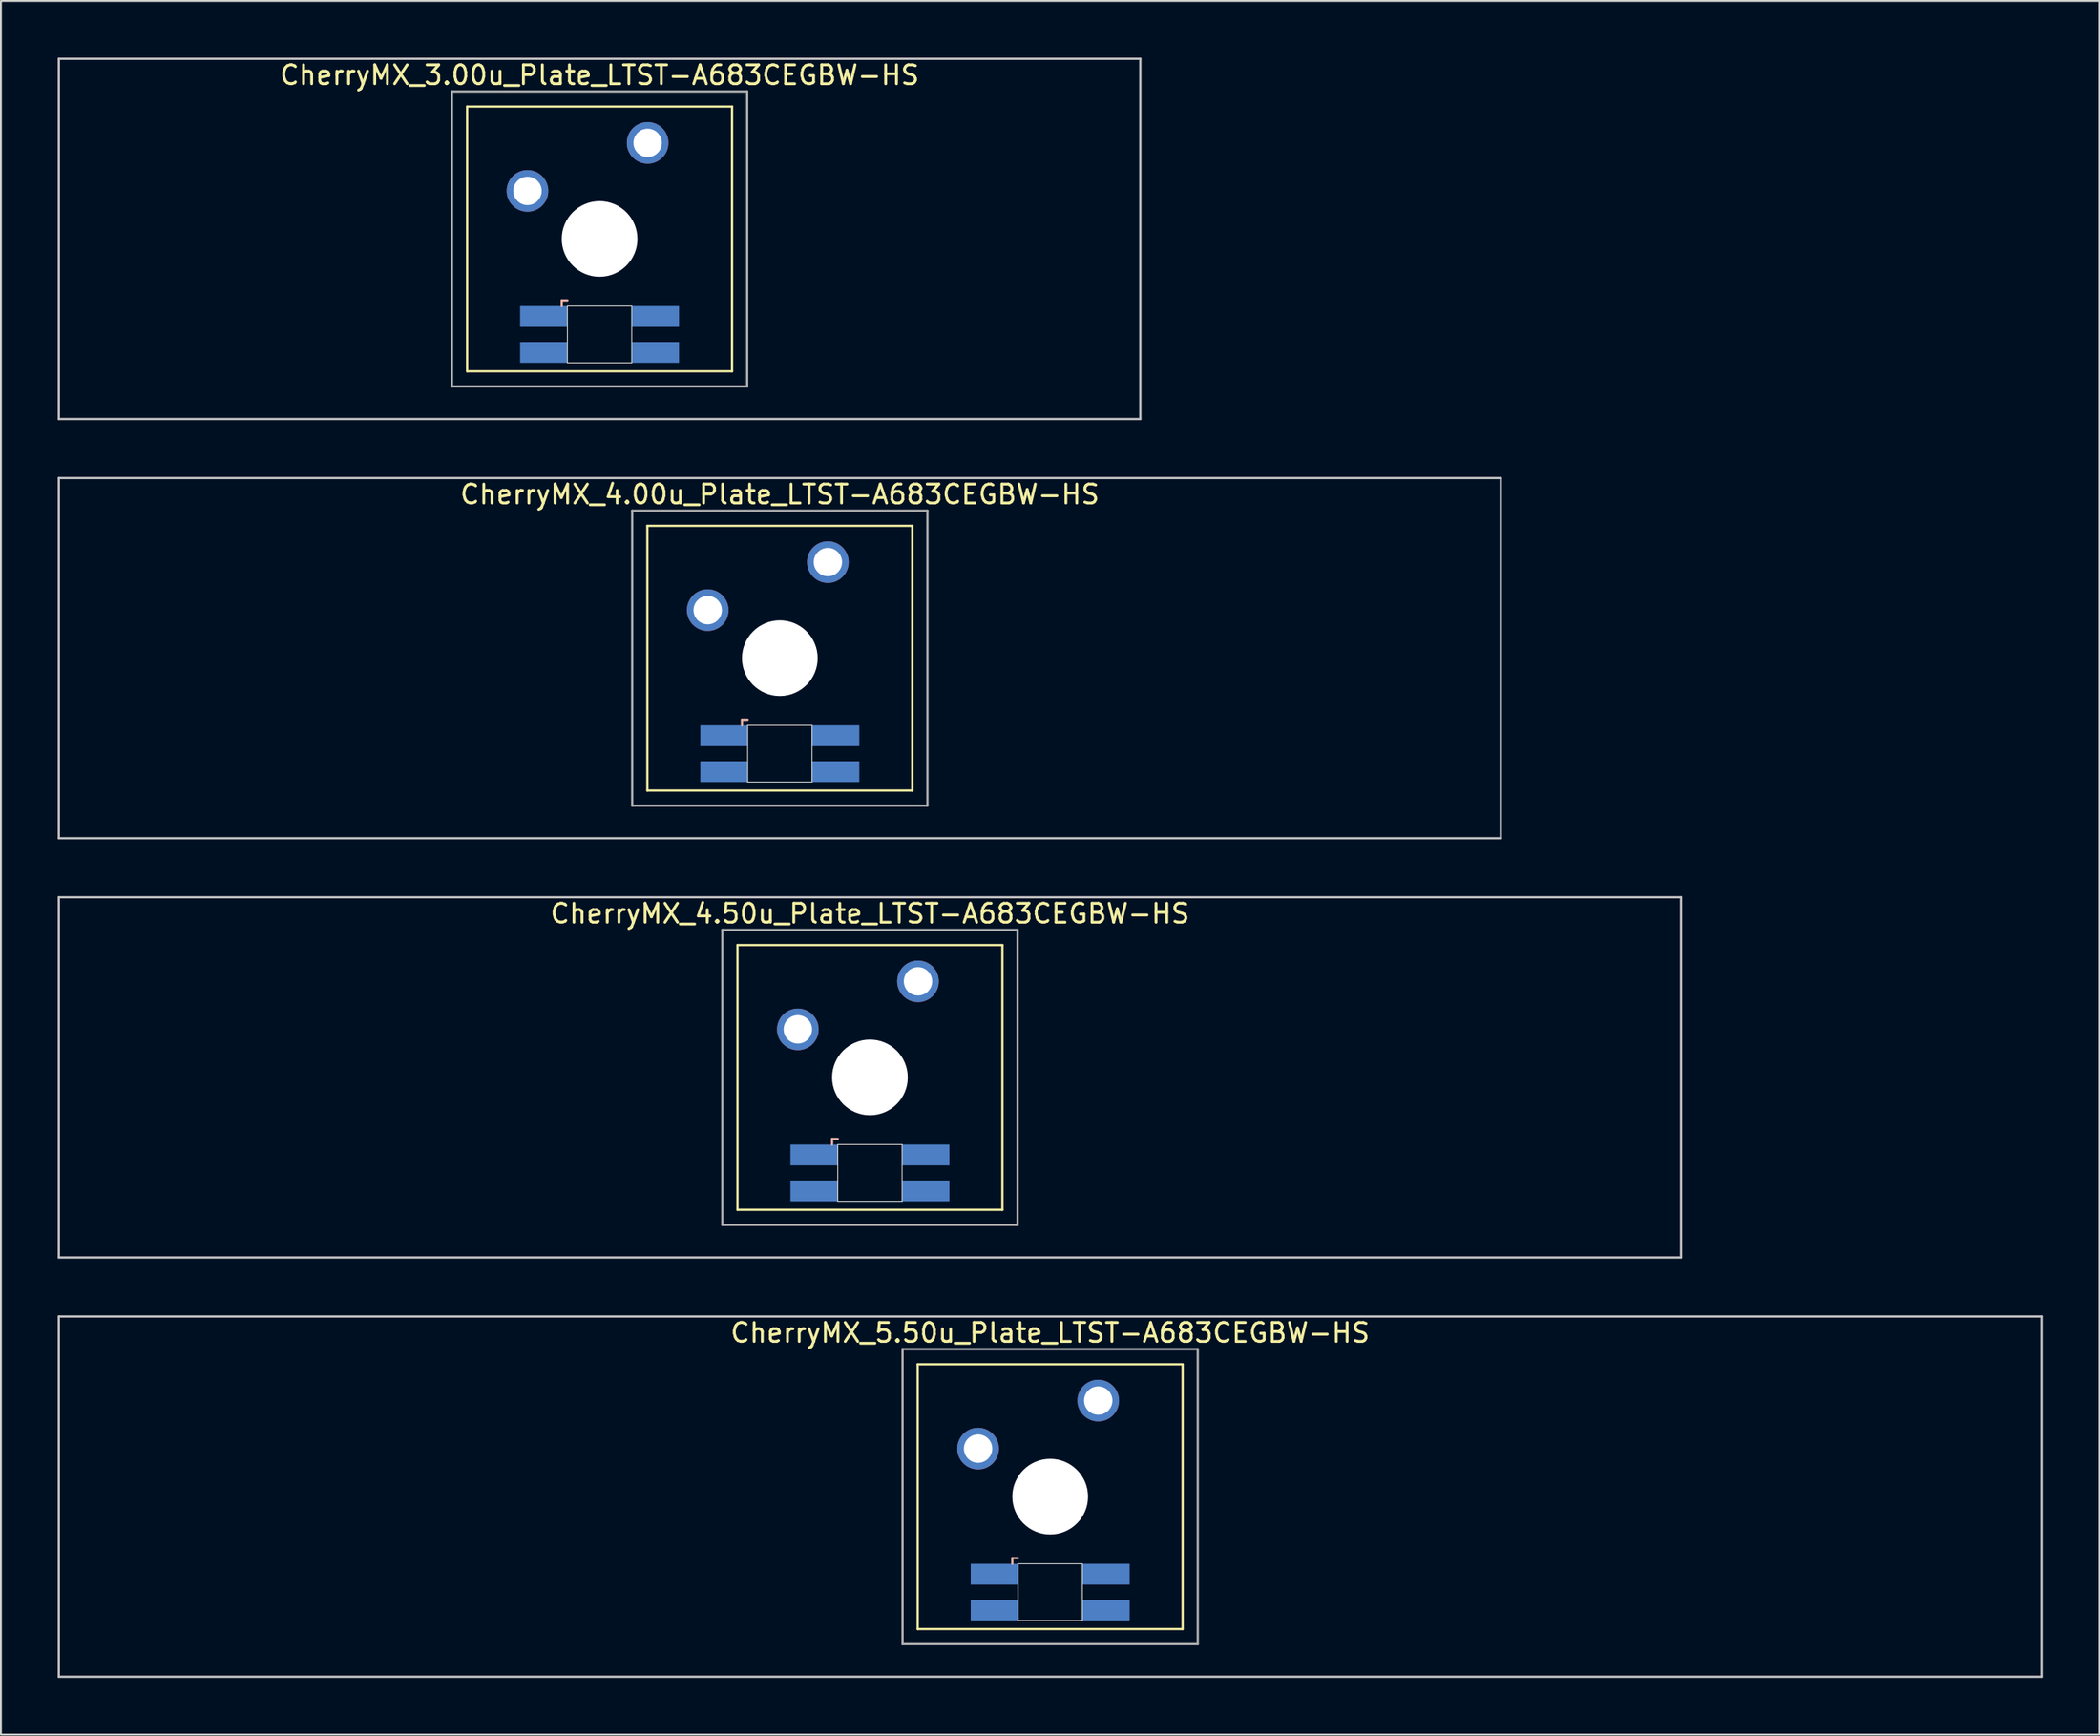
<source format=kicad_pcb>
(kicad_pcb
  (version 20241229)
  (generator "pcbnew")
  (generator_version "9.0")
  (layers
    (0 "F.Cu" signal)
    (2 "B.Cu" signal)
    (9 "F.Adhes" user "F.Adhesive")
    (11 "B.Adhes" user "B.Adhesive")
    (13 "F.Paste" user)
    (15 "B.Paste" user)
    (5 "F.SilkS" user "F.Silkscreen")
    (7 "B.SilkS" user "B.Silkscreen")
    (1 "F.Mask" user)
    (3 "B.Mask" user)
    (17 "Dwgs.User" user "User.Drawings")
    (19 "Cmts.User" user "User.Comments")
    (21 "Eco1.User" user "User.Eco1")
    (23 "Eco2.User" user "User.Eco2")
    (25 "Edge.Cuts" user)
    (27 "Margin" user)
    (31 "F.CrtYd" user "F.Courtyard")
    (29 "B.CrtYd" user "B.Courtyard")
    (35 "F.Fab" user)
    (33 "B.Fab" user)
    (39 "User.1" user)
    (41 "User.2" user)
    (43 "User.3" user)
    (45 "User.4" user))
  (footprint "CherryMX_5.50u_Plate_LTST-A683CEGBW-HS"
    (layer "F.Cu")
    (at 52.447 76.095)
    (property "Reference" "CherryMX_5.50u_Plate_LTST-A683CEGBW-HS" (at 0 -8.662 0) (layer "F.SilkS") (effects (font (size 1 1) (thickness 0.15))))
    (attr through_hole)
    (fp_line (start -7 -7) (end -7 7) (stroke (width 0.12) (type solid)) (layer "F.SilkS"))
    (fp_line (start -7 -7) (end 7 -7) (stroke (width 0.12) (type solid)) (layer "F.SilkS"))
    (fp_line (start 7 -7) (end 7 7) (stroke (width 0.12) (type solid)) (layer "F.SilkS"))
    (fp_line (start 7 7) (end -7 7) (stroke (width 0.12) (type solid)) (layer "F.SilkS"))
    (fp_line (start -2 3.25) (end -2 3.55) (stroke (width 0.12) (type solid)) (layer "B.SilkS"))
    (fp_line (start -1.7 3.25) (end -2 3.25) (stroke (width 0.12) (type solid)) (layer "B.SilkS"))
    (fp_line (start -52.388 -9.525) (end 52.388 -9.525) (stroke (width 0.12) (type solid)) (layer "Dwgs.User"))
    (fp_line (start -52.388 9.525) (end -52.388 -9.525) (stroke (width 0.12) (type solid)) (layer "Dwgs.User"))
    (fp_line (start 52.388 -9.525) (end 52.388 9.525) (stroke (width 0.12) (type solid)) (layer "Dwgs.User"))
    (fp_line (start 52.388 9.525) (end -52.388 9.525) (stroke (width 0.12) (type solid)) (layer "Dwgs.User"))
    (fp_line (start -1.7 3.55) (end 1.7 3.55) (stroke (width 0.05) (type solid)) (layer "Edge.Cuts"))
    (fp_line (start -1.7 6.55) (end -1.7 3.55) (stroke (width 0.05) (type solid)) (layer "Edge.Cuts"))
    (fp_line (start 1.7 3.55) (end 1.7 6.55) (stroke (width 0.05) (type solid)) (layer "Edge.Cuts"))
    (fp_line (start 1.7 6.55) (end -1.7 6.55) (stroke (width 0.05) (type solid)) (layer "Edge.Cuts"))
    (fp_line (start -7.8 -7.8) (end -7.8 7.8) (stroke (width 0.12) (type solid)) (layer "F.Fab"))
    (fp_line (start -7.8 -7.8) (end 7.8 -7.8) (stroke (width 0.12) (type solid)) (layer "F.Fab"))
    (fp_line (start -7.8 7.8) (end 7.8 7.8) (stroke (width 0.12) (type solid)) (layer "F.Fab"))
    (fp_line (start 7.8 -7.8) (end 7.8 7.8) (stroke (width 0.12) (type solid)) (layer "F.Fab"))
    (pad "" np_thru_hole circle (at 0 0) (size 4 4) (drill 4) (layers "*.Cu" "*.Mask"))
    (pad "1" thru_hole circle (at -3.81 -2.54) (size 2.2 2.2) (drill 1.5) (layers "*.Cu" "*.Mask"))
    (pad "2" thru_hole circle (at 2.54 -5.08) (size 2.2 2.2) (drill 1.5) (layers "*.Cu" "*.Mask"))
    (pad "3" smd rect (at -2.95 4.1) (size 2.5 1.1) (layers "B.Cu" "B.Mask" "B.Paste"))
    (pad "4" smd rect (at -2.95 6) (size 2.5 1.1) (layers "B.Cu" "B.Mask" "B.Paste"))
    (pad "5" smd rect (at 2.95 4.1) (size 2.5 1.1) (layers "B.Cu" "B.Mask" "B.Paste"))
    (pad "6" smd rect (at 2.95 6) (size 2.5 1.1) (layers "B.Cu" "B.Mask" "B.Paste")))
  (footprint "CherryMX_3.00u_Plate_LTST-A683CEGBW-HS"
    (layer "F.Cu")
    (at 28.635 9.585)
    (property "Reference" "CherryMX_3.00u_Plate_LTST-A683CEGBW-HS" (at 0 -8.662 0) (layer "F.SilkS") (effects (font (size 1 1) (thickness 0.15))))
    (attr through_hole)
    (fp_line (start -7 -7) (end -7 7) (stroke (width 0.12) (type solid)) (layer "F.SilkS"))
    (fp_line (start -7 -7) (end 7 -7) (stroke (width 0.12) (type solid)) (layer "F.SilkS"))
    (fp_line (start 7 -7) (end 7 7) (stroke (width 0.12) (type solid)) (layer "F.SilkS"))
    (fp_line (start 7 7) (end -7 7) (stroke (width 0.12) (type solid)) (layer "F.SilkS"))
    (fp_line (start -2 3.25) (end -2 3.55) (stroke (width 0.12) (type solid)) (layer "B.SilkS"))
    (fp_line (start -1.7 3.25) (end -2 3.25) (stroke (width 0.12) (type solid)) (layer "B.SilkS"))
    (fp_line (start -28.575 -9.525) (end 28.575 -9.525) (stroke (width 0.12) (type solid)) (layer "Dwgs.User"))
    (fp_line (start -28.575 9.525) (end -28.575 -9.525) (stroke (width 0.12) (type solid)) (layer "Dwgs.User"))
    (fp_line (start 28.575 -9.525) (end 28.575 9.525) (stroke (width 0.12) (type solid)) (layer "Dwgs.User"))
    (fp_line (start 28.575 9.525) (end -28.575 9.525) (stroke (width 0.12) (type solid)) (layer "Dwgs.User"))
    (fp_line (start -1.7 3.55) (end 1.7 3.55) (stroke (width 0.05) (type solid)) (layer "Edge.Cuts"))
    (fp_line (start -1.7 6.55) (end -1.7 3.55) (stroke (width 0.05) (type solid)) (layer "Edge.Cuts"))
    (fp_line (start 1.7 3.55) (end 1.7 6.55) (stroke (width 0.05) (type solid)) (layer "Edge.Cuts"))
    (fp_line (start 1.7 6.55) (end -1.7 6.55) (stroke (width 0.05) (type solid)) (layer "Edge.Cuts"))
    (fp_line (start -7.8 -7.8) (end -7.8 7.8) (stroke (width 0.12) (type solid)) (layer "F.Fab"))
    (fp_line (start -7.8 -7.8) (end 7.8 -7.8) (stroke (width 0.12) (type solid)) (layer "F.Fab"))
    (fp_line (start -7.8 7.8) (end 7.8 7.8) (stroke (width 0.12) (type solid)) (layer "F.Fab"))
    (fp_line (start 7.8 -7.8) (end 7.8 7.8) (stroke (width 0.12) (type solid)) (layer "F.Fab"))
    (pad "" np_thru_hole circle (at 0 0) (size 4 4) (drill 4) (layers "*.Cu" "*.Mask"))
    (pad "1" thru_hole circle (at -3.81 -2.54) (size 2.2 2.2) (drill 1.5) (layers "*.Cu" "*.Mask"))
    (pad "2" thru_hole circle (at 2.54 -5.08) (size 2.2 2.2) (drill 1.5) (layers "*.Cu" "*.Mask"))
    (pad "3" smd rect (at -2.95 4.1) (size 2.5 1.1) (layers "B.Cu" "B.Mask" "B.Paste"))
    (pad "4" smd rect (at -2.95 6) (size 2.5 1.1) (layers "B.Cu" "B.Mask" "B.Paste"))
    (pad "5" smd rect (at 2.95 4.1) (size 2.5 1.1) (layers "B.Cu" "B.Mask" "B.Paste"))
    (pad "6" smd rect (at 2.95 6) (size 2.5 1.1) (layers "B.Cu" "B.Mask" "B.Paste")))
  (footprint "CherryMX_4.00u_Plate_LTST-A683CEGBW-HS"
    (layer "F.Cu")
    (at 38.16 31.755)
    (property "Reference" "CherryMX_4.00u_Plate_LTST-A683CEGBW-HS" (at 0 -8.662 0) (layer "F.SilkS") (effects (font (size 1 1) (thickness 0.15))))
    (attr through_hole)
    (fp_line (start -7 -7) (end -7 7) (stroke (width 0.12) (type solid)) (layer "F.SilkS"))
    (fp_line (start -7 -7) (end 7 -7) (stroke (width 0.12) (type solid)) (layer "F.SilkS"))
    (fp_line (start 7 -7) (end 7 7) (stroke (width 0.12) (type solid)) (layer "F.SilkS"))
    (fp_line (start 7 7) (end -7 7) (stroke (width 0.12) (type solid)) (layer "F.SilkS"))
    (fp_line (start -2 3.25) (end -2 3.55) (stroke (width 0.12) (type solid)) (layer "B.SilkS"))
    (fp_line (start -1.7 3.25) (end -2 3.25) (stroke (width 0.12) (type solid)) (layer "B.SilkS"))
    (fp_line (start -38.1 -9.525) (end 38.1 -9.525) (stroke (width 0.12) (type solid)) (layer "Dwgs.User"))
    (fp_line (start -38.1 9.525) (end -38.1 -9.525) (stroke (width 0.12) (type solid)) (layer "Dwgs.User"))
    (fp_line (start 38.1 -9.525) (end 38.1 9.525) (stroke (width 0.12) (type solid)) (layer "Dwgs.User"))
    (fp_line (start 38.1 9.525) (end -38.1 9.525) (stroke (width 0.12) (type solid)) (layer "Dwgs.User"))
    (fp_line (start -1.7 3.55) (end 1.7 3.55) (stroke (width 0.05) (type solid)) (layer "Edge.Cuts"))
    (fp_line (start -1.7 6.55) (end -1.7 3.55) (stroke (width 0.05) (type solid)) (layer "Edge.Cuts"))
    (fp_line (start 1.7 3.55) (end 1.7 6.55) (stroke (width 0.05) (type solid)) (layer "Edge.Cuts"))
    (fp_line (start 1.7 6.55) (end -1.7 6.55) (stroke (width 0.05) (type solid)) (layer "Edge.Cuts"))
    (fp_line (start -7.8 -7.8) (end -7.8 7.8) (stroke (width 0.12) (type solid)) (layer "F.Fab"))
    (fp_line (start -7.8 -7.8) (end 7.8 -7.8) (stroke (width 0.12) (type solid)) (layer "F.Fab"))
    (fp_line (start -7.8 7.8) (end 7.8 7.8) (stroke (width 0.12) (type solid)) (layer "F.Fab"))
    (fp_line (start 7.8 -7.8) (end 7.8 7.8) (stroke (width 0.12) (type solid)) (layer "F.Fab"))
    (pad "" np_thru_hole circle (at 0 0) (size 4 4) (drill 4) (layers "*.Cu" "*.Mask"))
    (pad "1" thru_hole circle (at -3.81 -2.54) (size 2.2 2.2) (drill 1.5) (layers "*.Cu" "*.Mask"))
    (pad "2" thru_hole circle (at 2.54 -5.08) (size 2.2 2.2) (drill 1.5) (layers "*.Cu" "*.Mask"))
    (pad "3" smd rect (at -2.95 4.1) (size 2.5 1.1) (layers "B.Cu" "B.Mask" "B.Paste"))
    (pad "4" smd rect (at -2.95 6) (size 2.5 1.1) (layers "B.Cu" "B.Mask" "B.Paste"))
    (pad "5" smd rect (at 2.95 4.1) (size 2.5 1.1) (layers "B.Cu" "B.Mask" "B.Paste"))
    (pad "6" smd rect (at 2.95 6) (size 2.5 1.1) (layers "B.Cu" "B.Mask" "B.Paste")))
  (footprint "CherryMX_4.50u_Plate_LTST-A683CEGBW-HS"
    (layer "F.Cu")
    (at 42.922 53.925)
    (property "Reference" "CherryMX_4.50u_Plate_LTST-A683CEGBW-HS" (at 0 -8.662 0) (layer "F.SilkS") (effects (font (size 1 1) (thickness 0.15))))
    (attr through_hole)
    (fp_line (start -7 -7) (end -7 7) (stroke (width 0.12) (type solid)) (layer "F.SilkS"))
    (fp_line (start -7 -7) (end 7 -7) (stroke (width 0.12) (type solid)) (layer "F.SilkS"))
    (fp_line (start 7 -7) (end 7 7) (stroke (width 0.12) (type solid)) (layer "F.SilkS"))
    (fp_line (start 7 7) (end -7 7) (stroke (width 0.12) (type solid)) (layer "F.SilkS"))
    (fp_line (start -2 3.25) (end -2 3.55) (stroke (width 0.12) (type solid)) (layer "B.SilkS"))
    (fp_line (start -1.7 3.25) (end -2 3.25) (stroke (width 0.12) (type solid)) (layer "B.SilkS"))
    (fp_line (start -42.862 -9.525) (end 42.862 -9.525) (stroke (width 0.12) (type solid)) (layer "Dwgs.User"))
    (fp_line (start -42.862 9.525) (end -42.862 -9.525) (stroke (width 0.12) (type solid)) (layer "Dwgs.User"))
    (fp_line (start 42.862 -9.525) (end 42.862 9.525) (stroke (width 0.12) (type solid)) (layer "Dwgs.User"))
    (fp_line (start 42.862 9.525) (end -42.862 9.525) (stroke (width 0.12) (type solid)) (layer "Dwgs.User"))
    (fp_line (start -1.7 3.55) (end 1.7 3.55) (stroke (width 0.05) (type solid)) (layer "Edge.Cuts"))
    (fp_line (start -1.7 6.55) (end -1.7 3.55) (stroke (width 0.05) (type solid)) (layer "Edge.Cuts"))
    (fp_line (start 1.7 3.55) (end 1.7 6.55) (stroke (width 0.05) (type solid)) (layer "Edge.Cuts"))
    (fp_line (start 1.7 6.55) (end -1.7 6.55) (stroke (width 0.05) (type solid)) (layer "Edge.Cuts"))
    (fp_line (start -7.8 -7.8) (end -7.8 7.8) (stroke (width 0.12) (type solid)) (layer "F.Fab"))
    (fp_line (start -7.8 -7.8) (end 7.8 -7.8) (stroke (width 0.12) (type solid)) (layer "F.Fab"))
    (fp_line (start -7.8 7.8) (end 7.8 7.8) (stroke (width 0.12) (type solid)) (layer "F.Fab"))
    (fp_line (start 7.8 -7.8) (end 7.8 7.8) (stroke (width 0.12) (type solid)) (layer "F.Fab"))
    (pad "" np_thru_hole circle (at 0 0) (size 4 4) (drill 4) (layers "*.Cu" "*.Mask"))
    (pad "1" thru_hole circle (at -3.81 -2.54) (size 2.2 2.2) (drill 1.5) (layers "*.Cu" "*.Mask"))
    (pad "2" thru_hole circle (at 2.54 -5.08) (size 2.2 2.2) (drill 1.5) (layers "*.Cu" "*.Mask"))
    (pad "3" smd rect (at -2.95 4.1) (size 2.5 1.1) (layers "B.Cu" "B.Mask" "B.Paste"))
    (pad "4" smd rect (at -2.95 6) (size 2.5 1.1) (layers "B.Cu" "B.Mask" "B.Paste"))
    (pad "5" smd rect (at 2.95 4.1) (size 2.5 1.1) (layers "B.Cu" "B.Mask" "B.Paste"))
    (pad "6" smd rect (at 2.95 6) (size 2.5 1.1) (layers "B.Cu" "B.Mask" "B.Paste")))
  (gr_rect
    (start -3 -3)
    (end 107.895 88.68)
    (stroke (width 0.1) (type default))
    (fill no)
    (layer "Edge.Cuts")))
</source>
